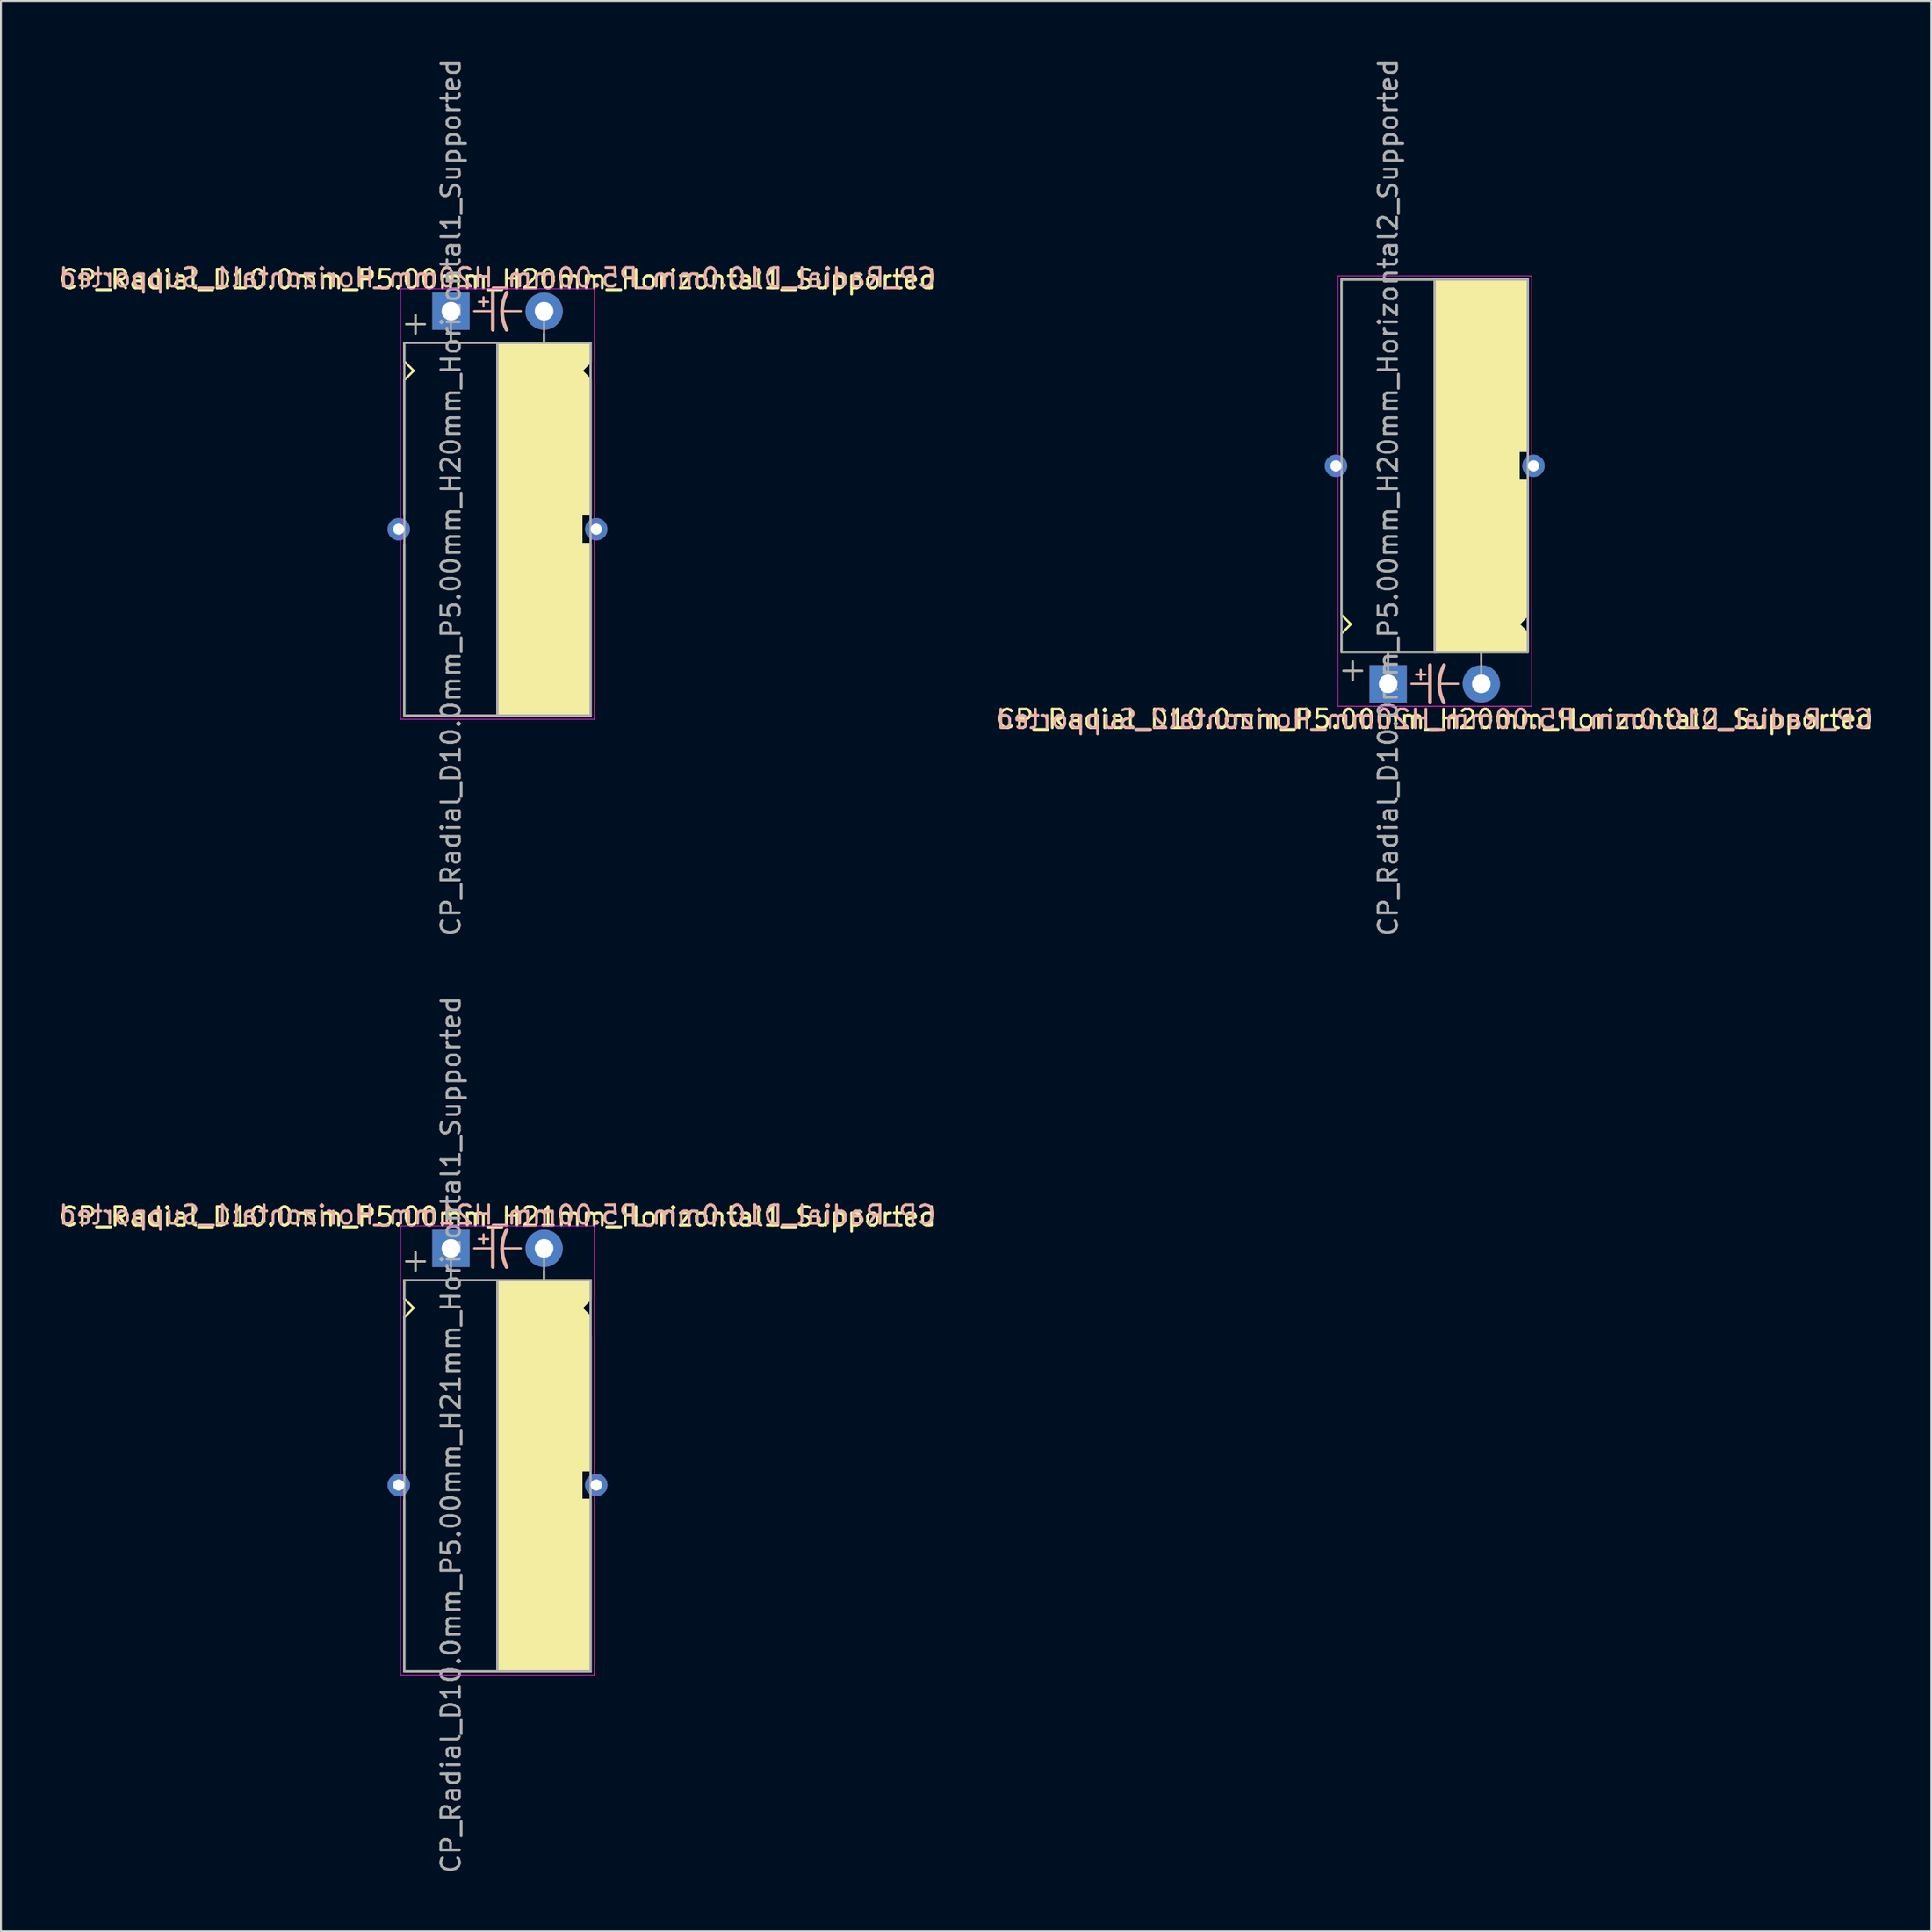
<source format=kicad_pcb>
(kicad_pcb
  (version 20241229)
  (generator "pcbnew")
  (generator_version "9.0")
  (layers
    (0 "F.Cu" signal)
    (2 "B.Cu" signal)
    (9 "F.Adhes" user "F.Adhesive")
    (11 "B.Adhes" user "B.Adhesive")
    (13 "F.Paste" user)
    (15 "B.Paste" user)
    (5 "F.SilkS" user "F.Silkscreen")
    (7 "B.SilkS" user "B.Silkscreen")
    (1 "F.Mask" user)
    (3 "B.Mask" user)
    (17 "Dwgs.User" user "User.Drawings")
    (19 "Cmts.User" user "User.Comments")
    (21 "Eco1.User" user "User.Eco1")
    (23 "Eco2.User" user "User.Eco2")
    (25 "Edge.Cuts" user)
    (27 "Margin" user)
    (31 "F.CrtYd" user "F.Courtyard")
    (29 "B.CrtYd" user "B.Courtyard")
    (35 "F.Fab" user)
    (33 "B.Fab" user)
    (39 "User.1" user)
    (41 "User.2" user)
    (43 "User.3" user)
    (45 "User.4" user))
  (footprint "CP_Radial_D10.0mm_P5.00mm_H20mm_Horizontal1_Supported"
    (layer "F.Cu")
    (at 21.149 13.649)
    (property "Reference" "CP_Radial_D10.0mm_P5.00mm_H20mm_Horizontal1_Supported" (at 2.5 -1.7 0) (layer "F.SilkS") (effects (font (size 1 1) (thickness 0.15))))
    (fp_line (start -2.5 1.7) (end -2.5 2.7) (stroke (width 0.12) (type solid)) (layer "F.SilkS"))
    (fp_line (start -2.5 2.7) (end -2 3.2) (stroke (width 0.12) (type solid)) (layer "F.SilkS"))
    (fp_line (start -2.5 3.7) (end -2.5 10.9) (stroke (width 0.12) (type solid)) (layer "F.SilkS"))
    (fp_line (start -2.5 12.5) (end -2.5 21.7) (stroke (width 0.12) (type solid)) (layer "F.SilkS"))
    (fp_line (start -2.5 21.7) (end 7.5 21.7) (stroke (width 0.12) (type solid)) (layer "F.SilkS"))
    (fp_line (start -2 3.2) (end -2.5 3.7) (stroke (width 0.12) (type solid)) (layer "F.SilkS"))
    (fp_line (start -1.9 0.2) (end -1.9 1.2) (stroke (width 0.12) (type solid)) (layer "F.SilkS"))
    (fp_line (start -1.4 0.7) (end -2.4 0.7) (stroke (width 0.12) (type solid)) (layer "F.SilkS"))
    (fp_line (start 0 1.7) (end 0 1.2) (stroke (width 0.12) (type solid)) (layer "F.SilkS"))
    (fp_line (start 2.5 1.7) (end -2.5 1.7) (stroke (width 0.12) (type solid)) (layer "F.SilkS"))
    (fp_line (start 2.5 21.7) (end 2.5 1.7) (stroke (width 0.12) (type solid)) (layer "F.SilkS"))
    (fp_line (start 5 1.7) (end 5 1.2) (stroke (width 0.12) (type solid)) (layer "F.SilkS"))
    (fp_line (start 7 3.2) (end 7.5 3.7) (stroke (width 0.12) (type solid)) (layer "F.SilkS"))
    (fp_line (start 7 10.9) (end 7.5 10.9) (stroke (width 0.12) (type solid)) (layer "F.SilkS"))
    (fp_line (start 7 11.5) (end 7 10.9) (stroke (width 0.12) (type solid)) (layer "F.SilkS"))
    (fp_line (start 7 12.5) (end 7 11.5) (stroke (width 0.12) (type solid)) (layer "F.SilkS"))
    (fp_line (start 7.5 1.7) (end 2.5 1.7) (stroke (width 0.12) (type solid)) (layer "F.SilkS"))
    (fp_line (start 7.5 1.7) (end 7.5 2.7) (stroke (width 0.12) (type solid)) (layer "F.SilkS"))
    (fp_line (start 7.5 2.7) (end 7 3.2) (stroke (width 0.12) (type solid)) (layer "F.SilkS"))
    (fp_line (start 7.5 3.7) (end 7.5 10.9) (stroke (width 0.12) (type solid)) (layer "F.SilkS"))
    (fp_line (start 7.5 12.5) (end 7 12.5) (stroke (width 0.12) (type solid)) (layer "F.SilkS"))
    (fp_line (start 7.5 12.5) (end 7.5 21.7) (stroke (width 0.12) (type solid)) (layer "F.SilkS"))
    (fp_poly (pts (xy 7.5 2.7) (xy 7 3.2) (xy 7.5 3.7) (xy 7.5 10.9) (xy 7 10.9) (xy 7 12.5) (xy 7.5 12.5) (xy 7.5 21.7) (xy 2.5 21.7) (xy 2.5 1.7) (xy 7.5 1.7)) (stroke (width 0.1) (type solid)) (fill yes) (layer "F.SilkS"))
    (fp_line (start 1.25 0) (end 2.25 0) (stroke (width 0.12) (type solid)) (layer "B.SilkS"))
    (fp_line (start 1.5 -0.5) (end 2 -0.5) (stroke (width 0.12) (type solid)) (layer "B.SilkS"))
    (fp_line (start 1.75 -0.75) (end 1.75 -0.25) (stroke (width 0.12) (type solid)) (layer "B.SilkS"))
    (fp_line (start 2.25 1) (end 2.25 -1) (stroke (width 0.2) (type solid)) (layer "B.SilkS"))
    (fp_line (start 3.75 0) (end 2.75 0) (stroke (width 0.12) (type solid)) (layer "B.SilkS"))
    (fp_arc (start 2.75 0) (mid 2.816707 -0.514573) (end 3 -1) (stroke (width 0.2) (type solid)) (layer "B.SilkS"))
    (fp_arc (start 2.987539 1) (mid 2.810248 0.513901) (end 2.75 0) (stroke (width 0.2) (type solid)) (layer "B.SilkS"))
    (fp_line (start -2.7 -1.2) (end 5.3 -1.2) (stroke (width 0.04) (type solid)) (layer "F.CrtYd"))
    (fp_line (start -2.7 21.9) (end -2.7 -1.2) (stroke (width 0.04) (type solid)) (layer "F.CrtYd"))
    (fp_line (start 5.3 -1.2) (end 7.7 -1.2) (stroke (width 0.04) (type solid)) (layer "F.CrtYd"))
    (fp_line (start 7.7 -1.2) (end 7.7 21.9) (stroke (width 0.04) (type solid)) (layer "F.CrtYd"))
    (fp_line (start 7.7 21.9) (end -2.7 21.9) (stroke (width 0.04) (type solid)) (layer "F.CrtYd"))
    (fp_line (start -2.5 1.7) (end -2.5 21.7) (stroke (width 0.12) (type solid)) (layer "F.Fab"))
    (fp_line (start -2.5 21.7) (end 7.5 21.7) (stroke (width 0.12) (type solid)) (layer "F.Fab"))
    (fp_line (start -2.4 0.7) (end -1.4 0.7) (stroke (width 0.1) (type solid)) (layer "F.Fab"))
    (fp_line (start -1.9 1.2) (end -1.9 0.2) (stroke (width 0.1) (type solid)) (layer "F.Fab"))
    (fp_line (start 0 1.7) (end 0 0) (stroke (width 0.12) (type solid)) (layer "F.Fab"))
    (fp_line (start 2.5 1.7) (end 2.5 21.7) (stroke (width 0.12) (type solid)) (layer "F.Fab"))
    (fp_line (start 5 1.7) (end 5 0) (stroke (width 0.12) (type solid)) (layer "F.Fab"))
    (fp_line (start 7.5 1.7) (end -2.5 1.7) (stroke (width 0.12) (type solid)) (layer "F.Fab"))
    (fp_line (start 7.5 21.7) (end 7.5 1.7) (stroke (width 0.12) (type solid)) (layer "F.Fab"))
    (fp_poly (pts (xy 7.5 21.7) (xy 2.5 21.7) (xy 2.5 1.7) (xy 7.5 1.7)) (stroke (width 0.1) (type solid)) (fill no) (layer "F.Fab"))
    (fp_text user "${REFERENCE}" (at 2.5 -1.8 0) (layer "B.SilkS") (effects (font (size 1 1) (thickness 0.15)) (justify mirror)))
    (fp_text user "${REFERENCE}" (at 0 10 90) (layer "F.Fab") (effects (font (size 1 1) (thickness 0.15))))
    (pad "1" thru_hole rect (at 0 0) (size 2 2) (drill 1) (layers "*.Cu" "*.Mask"))
    (pad "2" thru_hole circle (at 5 0) (size 2 2) (drill 1) (layers "*.Cu" "*.Mask"))
    (pad "~" thru_hole circle (at -2.8 11.7) (size 1.2 1.2) (drill 0.6) (layers "*.Cu" "*.Mask"))
    (pad "~" thru_hole circle (at 7.8 11.7) (size 1.2 1.2) (drill 0.6) (layers "*.Cu" "*.Mask")))
  (footprint "CP_Radial_D10.0mm_P5.00mm_H20mm_Horizontal2_Supported"
    (layer "F.Cu")
    (at 71.446 33.649)
    (property "Reference" "CP_Radial_D10.0mm_P5.00mm_H20mm_Horizontal2_Supported" (at 2.5 1.9 0) (layer "F.SilkS") (effects (font (size 1 1) (thickness 0.15))))
    (fp_line (start -2.5 -21.7) (end 7.5 -21.7) (stroke (width 0.12) (type solid)) (layer "F.SilkS"))
    (fp_line (start -2.5 -12.5) (end -2.5 -21.7) (stroke (width 0.12) (type solid)) (layer "F.SilkS"))
    (fp_line (start -2.5 -3.7) (end -2.5 -10.9) (stroke (width 0.12) (type solid)) (layer "F.SilkS"))
    (fp_line (start -2.5 -2.7) (end -2 -3.2) (stroke (width 0.12) (type solid)) (layer "F.SilkS"))
    (fp_line (start -2.5 -1.7) (end -2.5 -2.7) (stroke (width 0.12) (type solid)) (layer "F.SilkS"))
    (fp_line (start -2 -3.2) (end -2.5 -3.7) (stroke (width 0.12) (type solid)) (layer "F.SilkS"))
    (fp_line (start -1.9 -1.2) (end -1.9 -0.2) (stroke (width 0.12) (type solid)) (layer "F.SilkS"))
    (fp_line (start -1.4 -0.7) (end -2.4 -0.7) (stroke (width 0.12) (type solid)) (layer "F.SilkS"))
    (fp_line (start 0 -1.7) (end 0 -1.2) (stroke (width 0.12) (type solid)) (layer "F.SilkS"))
    (fp_line (start 2.5 -21.7) (end 2.5 -1.7) (stroke (width 0.12) (type solid)) (layer "F.SilkS"))
    (fp_line (start 2.5 -1.7) (end -2.5 -1.7) (stroke (width 0.12) (type solid)) (layer "F.SilkS"))
    (fp_line (start 5 -1.7) (end 5 -1.2) (stroke (width 0.12) (type solid)) (layer "F.SilkS"))
    (fp_line (start 7 -12.5) (end 7 -11.5) (stroke (width 0.12) (type solid)) (layer "F.SilkS"))
    (fp_line (start 7 -11.5) (end 7 -10.9) (stroke (width 0.12) (type solid)) (layer "F.SilkS"))
    (fp_line (start 7 -10.9) (end 7.5 -10.9) (stroke (width 0.12) (type solid)) (layer "F.SilkS"))
    (fp_line (start 7 -3.2) (end 7.5 -3.7) (stroke (width 0.12) (type solid)) (layer "F.SilkS"))
    (fp_line (start 7.5 -12.5) (end 7 -12.5) (stroke (width 0.12) (type solid)) (layer "F.SilkS"))
    (fp_line (start 7.5 -12.5) (end 7.5 -21.7) (stroke (width 0.12) (type solid)) (layer "F.SilkS"))
    (fp_line (start 7.5 -3.7) (end 7.5 -10.9) (stroke (width 0.12) (type solid)) (layer "F.SilkS"))
    (fp_line (start 7.5 -2.7) (end 7 -3.2) (stroke (width 0.12) (type solid)) (layer "F.SilkS"))
    (fp_line (start 7.5 -1.7) (end 2.5 -1.7) (stroke (width 0.12) (type solid)) (layer "F.SilkS"))
    (fp_line (start 7.5 -1.7) (end 7.5 -2.7) (stroke (width 0.12) (type solid)) (layer "F.SilkS"))
    (fp_poly (pts (xy 7.5 -2.7) (xy 7 -3.2) (xy 7.5 -3.7) (xy 7.5 -10.9) (xy 7 -10.9) (xy 7 -12.5) (xy 7.5 -12.5) (xy 7.5 -21.7) (xy 2.5 -21.7) (xy 2.5 -1.7) (xy 7.5 -1.7)) (stroke (width 0.1) (type solid)) (fill yes) (layer "F.SilkS"))
    (fp_line (start 1.25 0) (end 2.25 0) (stroke (width 0.12) (type solid)) (layer "B.SilkS"))
    (fp_line (start 1.5 -0.5) (end 2 -0.5) (stroke (width 0.12) (type solid)) (layer "B.SilkS"))
    (fp_line (start 1.75 -0.75) (end 1.75 -0.25) (stroke (width 0.12) (type solid)) (layer "B.SilkS"))
    (fp_line (start 2.25 1) (end 2.25 -1) (stroke (width 0.2) (type solid)) (layer "B.SilkS"))
    (fp_line (start 3.75 0) (end 2.75 0) (stroke (width 0.12) (type solid)) (layer "B.SilkS"))
    (fp_arc (start 2.75 0) (mid 2.816707 -0.514573) (end 3 -1) (stroke (width 0.2) (type solid)) (layer "B.SilkS"))
    (fp_arc (start 2.987539 1) (mid 2.810248 0.513901) (end 2.75 0) (stroke (width 0.2) (type solid)) (layer "B.SilkS"))
    (fp_line (start -2.7 -21.9) (end -2.7 1.2) (stroke (width 0.04) (type solid)) (layer "F.CrtYd"))
    (fp_line (start -2.7 1.2) (end 5.3 1.2) (stroke (width 0.04) (type solid)) (layer "F.CrtYd"))
    (fp_line (start 5.3 1.2) (end 7.7 1.2) (stroke (width 0.04) (type solid)) (layer "F.CrtYd"))
    (fp_line (start 7.7 -21.9) (end -2.7 -21.9) (stroke (width 0.04) (type solid)) (layer "F.CrtYd"))
    (fp_line (start 7.7 1.2) (end 7.7 -21.9) (stroke (width 0.04) (type solid)) (layer "F.CrtYd"))
    (fp_line (start -2.5 -21.7) (end 7.5 -21.7) (stroke (width 0.12) (type solid)) (layer "F.Fab"))
    (fp_line (start -2.5 -1.7) (end -2.5 -21.7) (stroke (width 0.12) (type solid)) (layer "F.Fab"))
    (fp_line (start -2.4 -0.7) (end -1.4 -0.7) (stroke (width 0.1) (type solid)) (layer "F.Fab"))
    (fp_line (start -1.9 -0.2) (end -1.9 -1.2) (stroke (width 0.1) (type solid)) (layer "F.Fab"))
    (fp_line (start 0 -1.7) (end 0 0) (stroke (width 0.12) (type solid)) (layer "F.Fab"))
    (fp_line (start 2.5 -1.7) (end 2.5 -21.7) (stroke (width 0.12) (type solid)) (layer "F.Fab"))
    (fp_line (start 5 -1.7) (end 5 0) (stroke (width 0.12) (type solid)) (layer "F.Fab"))
    (fp_line (start 7.5 -21.7) (end 7.5 -1.7) (stroke (width 0.12) (type solid)) (layer "F.Fab"))
    (fp_line (start 7.5 -1.7) (end -2.5 -1.7) (stroke (width 0.12) (type solid)) (layer "F.Fab"))
    (fp_poly (pts (xy 7.5 -21.7) (xy 2.5 -21.7) (xy 2.5 -1.7) (xy 7.5 -1.7)) (stroke (width 0.1) (type solid)) (fill no) (layer "F.Fab"))
    (fp_text user "${REFERENCE}" (at 2.5 1.9 0) (layer "B.SilkS") (effects (font (size 1 1) (thickness 0.15)) (justify mirror)))
    (fp_text user "${REFERENCE}" (at 0 -10 90) (layer "F.Fab") (effects (font (size 1 1) (thickness 0.15))))
    (pad "1" thru_hole rect (at 0 0) (size 2 2) (drill 1) (layers "*.Cu" "*.Mask"))
    (pad "2" thru_hole circle (at 5 0) (size 2 2) (drill 1) (layers "*.Cu" "*.Mask"))
    (pad "~" thru_hole circle (at -2.8 -11.7 180) (size 1.2 1.2) (drill 0.6) (layers "*.Cu" "*.Mask"))
    (pad "~" thru_hole circle (at 7.8 -11.7 180) (size 1.2 1.2) (drill 0.6) (layers "*.Cu" "*.Mask")))
  (footprint "CP_Radial_D10.0mm_P5.00mm_H21mm_Horizontal1_Supported"
    (layer "F.Cu")
    (at 21.149 63.946)
    (property "Reference" "CP_Radial_D10.0mm_P5.00mm_H21mm_Horizontal1_Supported" (at 2.5 -1.7 0) (layer "F.SilkS") (effects (font (size 1 1) (thickness 0.15))))
    (fp_line (start -2.5 1.7) (end -2.5 2.7) (stroke (width 0.12) (type solid)) (layer "F.SilkS"))
    (fp_line (start -2.5 2.7) (end -2 3.2) (stroke (width 0.12) (type solid)) (layer "F.SilkS"))
    (fp_line (start -2.5 3.7) (end -2.5 11.9) (stroke (width 0.12) (type solid)) (layer "F.SilkS"))
    (fp_line (start -2.5 13.5) (end -2.5 22.7) (stroke (width 0.12) (type solid)) (layer "F.SilkS"))
    (fp_line (start -2.5 22.7) (end 7.5 22.7) (stroke (width 0.12) (type solid)) (layer "F.SilkS"))
    (fp_line (start -2 3.2) (end -2.5 3.7) (stroke (width 0.12) (type solid)) (layer "F.SilkS"))
    (fp_line (start -1.9 0.2) (end -1.9 1.2) (stroke (width 0.12) (type solid)) (layer "F.SilkS"))
    (fp_line (start -1.4 0.7) (end -2.4 0.7) (stroke (width 0.12) (type solid)) (layer "F.SilkS"))
    (fp_line (start 0 1.7) (end 0 1.2) (stroke (width 0.12) (type solid)) (layer "F.SilkS"))
    (fp_line (start 2.5 1.7) (end -2.5 1.7) (stroke (width 0.12) (type solid)) (layer "F.SilkS"))
    (fp_line (start 2.5 22.7) (end 2.5 1.7) (stroke (width 0.12) (type solid)) (layer "F.SilkS"))
    (fp_line (start 5 1.7) (end 5 1.2) (stroke (width 0.12) (type solid)) (layer "F.SilkS"))
    (fp_line (start 7 3.2) (end 7.5 3.7) (stroke (width 0.12) (type solid)) (layer "F.SilkS"))
    (fp_line (start 7 11.9) (end 7.5 11.9) (stroke (width 0.12) (type solid)) (layer "F.SilkS"))
    (fp_line (start 7 12.5) (end 7 11.9) (stroke (width 0.12) (type solid)) (layer "F.SilkS"))
    (fp_line (start 7 13.5) (end 7 12.5) (stroke (width 0.12) (type solid)) (layer "F.SilkS"))
    (fp_line (start 7.5 1.7) (end 2.5 1.7) (stroke (width 0.12) (type solid)) (layer "F.SilkS"))
    (fp_line (start 7.5 1.7) (end 7.5 2.7) (stroke (width 0.12) (type solid)) (layer "F.SilkS"))
    (fp_line (start 7.5 2.7) (end 7 3.2) (stroke (width 0.12) (type solid)) (layer "F.SilkS"))
    (fp_line (start 7.5 4.7) (end 7.5 11.9) (stroke (width 0.12) (type solid)) (layer "F.SilkS"))
    (fp_line (start 7.5 13.5) (end 7 13.5) (stroke (width 0.12) (type solid)) (layer "F.SilkS"))
    (fp_line (start 7.5 13.5) (end 7.5 22.7) (stroke (width 0.12) (type solid)) (layer "F.SilkS"))
    (fp_poly (pts (xy 7.5 2.7) (xy 7 3.2) (xy 7.5 3.7) (xy 7.5 11.9) (xy 7 11.9) (xy 7 13.5) (xy 7.5 13.5) (xy 7.5 22.7) (xy 2.5 22.7) (xy 2.5 1.7) (xy 7.5 1.7)) (stroke (width 0.1) (type solid)) (fill yes) (layer "F.SilkS"))
    (fp_line (start 1.25 0) (end 2.25 0) (stroke (width 0.12) (type solid)) (layer "B.SilkS"))
    (fp_line (start 1.5 -0.5) (end 2 -0.5) (stroke (width 0.12) (type solid)) (layer "B.SilkS"))
    (fp_line (start 1.75 -0.75) (end 1.75 -0.25) (stroke (width 0.12) (type solid)) (layer "B.SilkS"))
    (fp_line (start 2.25 1) (end 2.25 -1) (stroke (width 0.2) (type solid)) (layer "B.SilkS"))
    (fp_line (start 3.75 0) (end 2.75 0) (stroke (width 0.12) (type solid)) (layer "B.SilkS"))
    (fp_arc (start 2.75 0) (mid 2.816707 -0.514573) (end 3 -1) (stroke (width 0.2) (type solid)) (layer "B.SilkS"))
    (fp_arc (start 2.987539 1) (mid 2.810248 0.513901) (end 2.75 0) (stroke (width 0.2) (type solid)) (layer "B.SilkS"))
    (fp_line (start -2.7 -1.2) (end 5.3 -1.2) (stroke (width 0.04) (type solid)) (layer "F.CrtYd"))
    (fp_line (start -2.7 22.9) (end -2.7 -1.2) (stroke (width 0.04) (type solid)) (layer "F.CrtYd"))
    (fp_line (start 5.3 -1.2) (end 7.7 -1.2) (stroke (width 0.04) (type solid)) (layer "F.CrtYd"))
    (fp_line (start 7.7 -1.2) (end 7.7 22.9) (stroke (width 0.04) (type solid)) (layer "F.CrtYd"))
    (fp_line (start 7.7 22.9) (end -2.7 22.9) (stroke (width 0.04) (type solid)) (layer "F.CrtYd"))
    (fp_line (start -2.5 1.7) (end -2.5 22.7) (stroke (width 0.12) (type solid)) (layer "F.Fab"))
    (fp_line (start -2.5 22.7) (end 7.5 22.7) (stroke (width 0.12) (type solid)) (layer "F.Fab"))
    (fp_line (start -2.4 0.7) (end -1.4 0.7) (stroke (width 0.1) (type solid)) (layer "F.Fab"))
    (fp_line (start -1.9 1.2) (end -1.9 0.2) (stroke (width 0.1) (type solid)) (layer "F.Fab"))
    (fp_line (start 0 1.7) (end 0 0) (stroke (width 0.12) (type solid)) (layer "F.Fab"))
    (fp_line (start 2.5 1.7) (end 2.5 22.7) (stroke (width 0.12) (type solid)) (layer "F.Fab"))
    (fp_line (start 5 1.7) (end 5 0) (stroke (width 0.12) (type solid)) (layer "F.Fab"))
    (fp_line (start 7.5 1.7) (end -2.5 1.7) (stroke (width 0.12) (type solid)) (layer "F.Fab"))
    (fp_line (start 7.5 22.7) (end 7.5 1.7) (stroke (width 0.12) (type solid)) (layer "F.Fab"))
    (fp_poly (pts (xy 7.5 22.7) (xy 2.5 22.7) (xy 2.5 1.7) (xy 7.5 1.7)) (stroke (width 0.1) (type solid)) (fill no) (layer "F.Fab"))
    (fp_text user "${REFERENCE}" (at 2.5 -1.8 0) (layer "B.SilkS") (effects (font (size 1 1) (thickness 0.15)) (justify mirror)))
    (fp_text user "${REFERENCE}" (at 0 10 90) (layer "F.Fab") (effects (font (size 1 1) (thickness 0.15))))
    (pad "1" thru_hole rect (at 0 0) (size 2 2) (drill 1) (layers "*.Cu" "*.Mask"))
    (pad "2" thru_hole circle (at 5 0) (size 2 2) (drill 1) (layers "*.Cu" "*.Mask"))
    (pad "~" thru_hole circle (at -2.8 12.7) (size 1.2 1.2) (drill 0.6) (layers "*.Cu" "*.Mask"))
    (pad "~" thru_hole circle (at 7.8 12.7) (size 1.2 1.2) (drill 0.6) (layers "*.Cu" "*.Mask")))
  (gr_rect
    (start -3 -3)
    (end 100.595 100.595)
    (stroke (width 0.1) (type default))
    (fill no)
    (layer "Edge.Cuts")))
</source>
